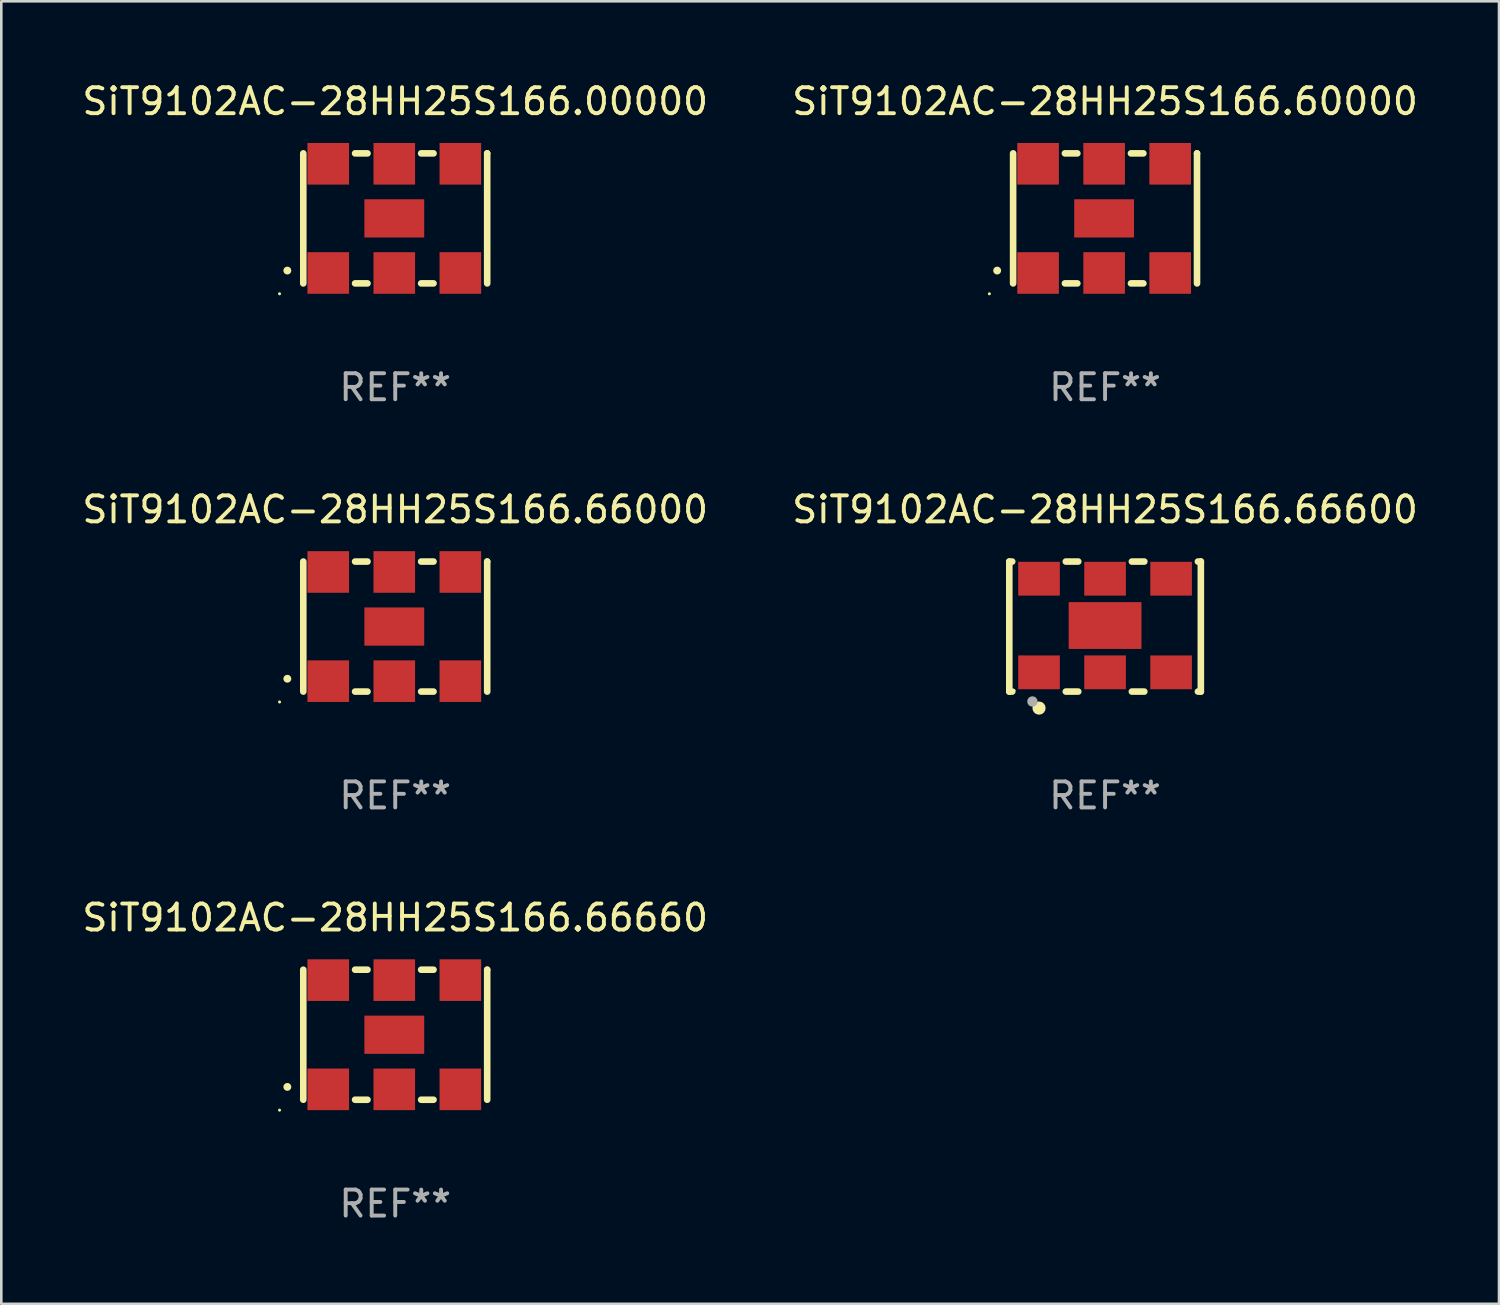
<source format=kicad_pcb>
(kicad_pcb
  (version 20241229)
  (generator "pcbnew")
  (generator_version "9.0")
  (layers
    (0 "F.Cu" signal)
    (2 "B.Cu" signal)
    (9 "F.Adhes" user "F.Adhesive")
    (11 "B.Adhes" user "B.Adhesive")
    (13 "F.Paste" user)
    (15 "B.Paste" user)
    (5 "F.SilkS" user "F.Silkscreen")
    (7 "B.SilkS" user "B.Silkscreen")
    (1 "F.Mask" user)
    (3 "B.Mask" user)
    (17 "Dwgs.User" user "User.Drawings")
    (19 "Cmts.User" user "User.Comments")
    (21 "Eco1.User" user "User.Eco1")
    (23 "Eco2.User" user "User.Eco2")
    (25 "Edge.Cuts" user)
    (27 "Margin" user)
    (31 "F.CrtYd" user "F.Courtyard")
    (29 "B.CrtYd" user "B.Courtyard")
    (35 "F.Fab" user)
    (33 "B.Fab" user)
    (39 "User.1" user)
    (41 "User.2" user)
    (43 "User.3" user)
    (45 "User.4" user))
  (footprint "SiT9102AC-28HH25S166.66600"
    (layer "F.Cu")
    (at 39.446 21.045)
    (property "Reference" "SiT9102AC-28HH25S166.66600" (at 0 -4.5 0) (layer "F.SilkS") (effects (font (size 1 1) (thickness 0.15))))
    (attr through_hole)
    (fp_line (start -3.683 -2.5) (end -3.571 -2.5) (stroke (width 0.254) (type solid)) (layer "F.SilkS"))
    (fp_line (start -3.683 2.5) (end -3.683 -2.5) (stroke (width 0.254) (type solid)) (layer "F.SilkS"))
    (fp_line (start -3.683 2.5) (end -3.571 2.5) (stroke (width 0.254) (type solid)) (layer "F.SilkS"))
    (fp_line (start -1.509 -2.5) (end -1.031 -2.5) (stroke (width 0.254) (type solid)) (layer "F.SilkS"))
    (fp_line (start -1.509 2.5) (end -1.031 2.5) (stroke (width 0.254) (type solid)) (layer "F.SilkS"))
    (fp_line (start 1.031 -2.5) (end 1.509 -2.5) (stroke (width 0.254) (type solid)) (layer "F.SilkS"))
    (fp_line (start 1.031 2.5) (end 1.509 2.5) (stroke (width 0.254) (type solid)) (layer "F.SilkS"))
    (fp_line (start 3.571 -2.5) (end 3.683 -2.5) (stroke (width 0.254) (type solid)) (layer "F.SilkS"))
    (fp_line (start 3.571 2.5) (end 3.683 2.5) (stroke (width 0.254) (type solid)) (layer "F.SilkS"))
    (fp_line (start 3.683 2.5) (end 3.683 -2.5) (stroke (width 0.254) (type solid)) (layer "F.SilkS"))
    (fp_circle (center -3.5 2.46) (end -3.47 2.46) (stroke (width 0.06) (type solid)) (fill no) (layer "F.SilkS"))
    (fp_circle (center -2.54 3.135) (end -2.413 3.135) (stroke (width 0.254) (type solid)) (fill no) (layer "F.SilkS"))
    (fp_circle (center -2.794 2.881) (end -2.694 2.881) (stroke (width 0.2) (type solid)) (fill no) (layer "F.Fab"))
    (fp_text user "REF**" (at 0 6.5 0) (layer "F.Fab") (effects (font (size 1 1) (thickness 0.15))))
    (pad "1" smd rect (at -2.54 1.76) (size 1.6 1.3) (layers "F.Cu" "F.Mask" "F.Paste"))
    (pad "2" smd rect (at 0 1.76) (size 1.6 1.3) (layers "F.Cu" "F.Mask" "F.Paste"))
    (pad "3" smd rect (at 2.54 1.76) (size 1.6 1.3) (layers "F.Cu" "F.Mask" "F.Paste"))
    (pad "4" smd rect (at 2.54 -1.84) (size 1.6 1.3) (layers "F.Cu" "F.Mask" "F.Paste"))
    (pad "5" smd rect (at 0 -1.84) (size 1.6 1.3) (layers "F.Cu" "F.Mask" "F.Paste"))
    (pad "6" smd rect (at -2.54 -1.84) (size 1.6 1.3) (layers "F.Cu" "F.Mask" "F.Paste"))
    (pad "7" smd rect (at 0 -0.04) (size 2.8 1.8) (layers "F.Cu" "F.Mask" "F.Paste")))
  (footprint "SiT9102AC-28HH25S166.66000"
    (layer "F.Cu")
    (at 12.149 21.045)
    (property "Reference" "SiT9102AC-28HH25S166.66000" (at 0 -4.5 0) (layer "F.SilkS") (effects (font (size 1 1) (thickness 0.15))))
    (attr through_hole)
    (fp_line (start -3.536 -2.5) (end -3.536 2.5) (stroke (width 0.254) (type solid)) (layer "F.SilkS"))
    (fp_line (start -1.544 2.5) (end -1.067 2.5) (stroke (width 0.254) (type solid)) (layer "F.SilkS"))
    (fp_line (start -1.067 -2.5) (end -1.544 -2.5) (stroke (width 0.254) (type solid)) (layer "F.SilkS"))
    (fp_line (start 0.996 2.5) (end 1.473 2.5) (stroke (width 0.254) (type solid)) (layer "F.SilkS"))
    (fp_line (start 1.473 -2.5) (end 0.996 -2.5) (stroke (width 0.254) (type solid)) (layer "F.SilkS"))
    (fp_line (start 3.536 -2.5) (end 3.536 -2.5) (stroke (width 0.254) (type solid)) (layer "F.SilkS"))
    (fp_line (start 3.536 2.5) (end 3.536 -2.5) (stroke (width 0.254) (type solid)) (layer "F.SilkS"))
    (fp_arc (start -4.150432 2.006604) (mid -4.149162 2.006599) (end -4.147892 2.006604) (stroke (width 0.3) (type solid)) (layer "F.SilkS"))
    (fp_circle (center -4.449 2.9) (end -4.419 2.9) (stroke (width 0.06) (type solid)) (fill no) (layer "F.SilkS"))
    (fp_text user "REF**" (at 0 6.5 0) (layer "F.Fab") (effects (font (size 1 1) (thickness 0.15))))
    (pad "1" smd rect (at -2.576 2.1) (size 1.6 1.6) (layers "F.Cu" "F.Mask" "F.Paste"))
    (pad "2" smd rect (at -0.036 2.1) (size 1.6 1.6) (layers "F.Cu" "F.Mask" "F.Paste"))
    (pad "3" smd rect (at 2.504 2.1) (size 1.6 1.6) (layers "F.Cu" "F.Mask" "F.Paste"))
    (pad "4" smd rect (at 2.504 -2.1) (size 1.6 1.6) (layers "F.Cu" "F.Mask" "F.Paste"))
    (pad "5" smd rect (at -0.036 -2.1) (size 1.6 1.6) (layers "F.Cu" "F.Mask" "F.Paste"))
    (pad "6" smd rect (at -2.576 -2.1) (size 1.6 1.6) (layers "F.Cu" "F.Mask" "F.Paste"))
    (pad "7" smd rect (at -0.036 0) (size 2.3 1.47) (layers "F.Cu" "F.Mask" "F.Paste")))
  (footprint "SiT9102AC-28HH25S166.00000"
    (layer "F.Cu")
    (at 12.149 5.348)
    (property "Reference" "SiT9102AC-28HH25S166.00000" (at 0 -4.5 0) (layer "F.SilkS") (effects (font (size 1 1) (thickness 0.15))))
    (attr through_hole)
    (fp_line (start -3.536 -2.5) (end -3.536 2.5) (stroke (width 0.254) (type solid)) (layer "F.SilkS"))
    (fp_line (start -1.544 2.5) (end -1.067 2.5) (stroke (width 0.254) (type solid)) (layer "F.SilkS"))
    (fp_line (start -1.067 -2.5) (end -1.544 -2.5) (stroke (width 0.254) (type solid)) (layer "F.SilkS"))
    (fp_line (start 0.996 2.5) (end 1.473 2.5) (stroke (width 0.254) (type solid)) (layer "F.SilkS"))
    (fp_line (start 1.473 -2.5) (end 0.996 -2.5) (stroke (width 0.254) (type solid)) (layer "F.SilkS"))
    (fp_line (start 3.536 -2.5) (end 3.536 -2.5) (stroke (width 0.254) (type solid)) (layer "F.SilkS"))
    (fp_line (start 3.536 2.5) (end 3.536 -2.5) (stroke (width 0.254) (type solid)) (layer "F.SilkS"))
    (fp_arc (start -4.150432 2.006604) (mid -4.149162 2.006599) (end -4.147892 2.006604) (stroke (width 0.3) (type solid)) (layer "F.SilkS"))
    (fp_circle (center -4.449 2.9) (end -4.419 2.9) (stroke (width 0.06) (type solid)) (fill no) (layer "F.SilkS"))
    (fp_text user "REF**" (at 0 6.5 0) (layer "F.Fab") (effects (font (size 1 1) (thickness 0.15))))
    (pad "1" smd rect (at -2.576 2.1) (size 1.6 1.6) (layers "F.Cu" "F.Mask" "F.Paste"))
    (pad "2" smd rect (at -0.036 2.1) (size 1.6 1.6) (layers "F.Cu" "F.Mask" "F.Paste"))
    (pad "3" smd rect (at 2.504 2.1) (size 1.6 1.6) (layers "F.Cu" "F.Mask" "F.Paste"))
    (pad "4" smd rect (at 2.504 -2.1) (size 1.6 1.6) (layers "F.Cu" "F.Mask" "F.Paste"))
    (pad "5" smd rect (at -0.036 -2.1) (size 1.6 1.6) (layers "F.Cu" "F.Mask" "F.Paste"))
    (pad "6" smd rect (at -2.576 -2.1) (size 1.6 1.6) (layers "F.Cu" "F.Mask" "F.Paste"))
    (pad "7" smd rect (at -0.036 0) (size 2.3 1.47) (layers "F.Cu" "F.Mask" "F.Paste")))
  (footprint "SiT9102AC-28HH25S166.66660"
    (layer "F.Cu")
    (at 12.149 36.741)
    (property "Reference" "SiT9102AC-28HH25S166.66660" (at 0 -4.5 0) (layer "F.SilkS") (effects (font (size 1 1) (thickness 0.15))))
    (attr through_hole)
    (fp_line (start -3.536 -2.5) (end -3.536 2.5) (stroke (width 0.254) (type solid)) (layer "F.SilkS"))
    (fp_line (start -1.544 2.5) (end -1.067 2.5) (stroke (width 0.254) (type solid)) (layer "F.SilkS"))
    (fp_line (start -1.067 -2.5) (end -1.544 -2.5) (stroke (width 0.254) (type solid)) (layer "F.SilkS"))
    (fp_line (start 0.996 2.5) (end 1.473 2.5) (stroke (width 0.254) (type solid)) (layer "F.SilkS"))
    (fp_line (start 1.473 -2.5) (end 0.996 -2.5) (stroke (width 0.254) (type solid)) (layer "F.SilkS"))
    (fp_line (start 3.536 -2.5) (end 3.536 -2.5) (stroke (width 0.254) (type solid)) (layer "F.SilkS"))
    (fp_line (start 3.536 2.5) (end 3.536 -2.5) (stroke (width 0.254) (type solid)) (layer "F.SilkS"))
    (fp_arc (start -4.150432 2.006604) (mid -4.149162 2.006599) (end -4.147892 2.006604) (stroke (width 0.3) (type solid)) (layer "F.SilkS"))
    (fp_circle (center -4.449 2.9) (end -4.419 2.9) (stroke (width 0.06) (type solid)) (fill no) (layer "F.SilkS"))
    (fp_text user "REF**" (at 0 6.5 0) (layer "F.Fab") (effects (font (size 1 1) (thickness 0.15))))
    (pad "1" smd rect (at -2.576 2.1) (size 1.6 1.6) (layers "F.Cu" "F.Mask" "F.Paste"))
    (pad "2" smd rect (at -0.036 2.1) (size 1.6 1.6) (layers "F.Cu" "F.Mask" "F.Paste"))
    (pad "3" smd rect (at 2.504 2.1) (size 1.6 1.6) (layers "F.Cu" "F.Mask" "F.Paste"))
    (pad "4" smd rect (at 2.504 -2.1) (size 1.6 1.6) (layers "F.Cu" "F.Mask" "F.Paste"))
    (pad "5" smd rect (at -0.036 -2.1) (size 1.6 1.6) (layers "F.Cu" "F.Mask" "F.Paste"))
    (pad "6" smd rect (at -2.576 -2.1) (size 1.6 1.6) (layers "F.Cu" "F.Mask" "F.Paste"))
    (pad "7" smd rect (at -0.036 0) (size 2.3 1.47) (layers "F.Cu" "F.Mask" "F.Paste")))
  (footprint "SiT9102AC-28HH25S166.60000"
    (layer "F.Cu")
    (at 39.446 5.348)
    (property "Reference" "SiT9102AC-28HH25S166.60000" (at 0 -4.5 0) (layer "F.SilkS") (effects (font (size 1 1) (thickness 0.15))))
    (attr through_hole)
    (fp_line (start -3.536 -2.5) (end -3.536 2.5) (stroke (width 0.254) (type solid)) (layer "F.SilkS"))
    (fp_line (start -1.544 2.5) (end -1.067 2.5) (stroke (width 0.254) (type solid)) (layer "F.SilkS"))
    (fp_line (start -1.067 -2.5) (end -1.544 -2.5) (stroke (width 0.254) (type solid)) (layer "F.SilkS"))
    (fp_line (start 0.996 2.5) (end 1.473 2.5) (stroke (width 0.254) (type solid)) (layer "F.SilkS"))
    (fp_line (start 1.473 -2.5) (end 0.996 -2.5) (stroke (width 0.254) (type solid)) (layer "F.SilkS"))
    (fp_line (start 3.536 -2.5) (end 3.536 -2.5) (stroke (width 0.254) (type solid)) (layer "F.SilkS"))
    (fp_line (start 3.536 2.5) (end 3.536 -2.5) (stroke (width 0.254) (type solid)) (layer "F.SilkS"))
    (fp_arc (start -4.150432 2.006604) (mid -4.149162 2.006599) (end -4.147892 2.006604) (stroke (width 0.3) (type solid)) (layer "F.SilkS"))
    (fp_circle (center -4.449 2.9) (end -4.419 2.9) (stroke (width 0.06) (type solid)) (fill no) (layer "F.SilkS"))
    (fp_text user "REF**" (at 0 6.5 0) (layer "F.Fab") (effects (font (size 1 1) (thickness 0.15))))
    (pad "1" smd rect (at -2.576 2.1) (size 1.6 1.6) (layers "F.Cu" "F.Mask" "F.Paste"))
    (pad "2" smd rect (at -0.036 2.1) (size 1.6 1.6) (layers "F.Cu" "F.Mask" "F.Paste"))
    (pad "3" smd rect (at 2.504 2.1) (size 1.6 1.6) (layers "F.Cu" "F.Mask" "F.Paste"))
    (pad "4" smd rect (at 2.504 -2.1) (size 1.6 1.6) (layers "F.Cu" "F.Mask" "F.Paste"))
    (pad "5" smd rect (at -0.036 -2.1) (size 1.6 1.6) (layers "F.Cu" "F.Mask" "F.Paste"))
    (pad "6" smd rect (at -2.576 -2.1) (size 1.6 1.6) (layers "F.Cu" "F.Mask" "F.Paste"))
    (pad "7" smd rect (at -0.036 0) (size 2.3 1.47) (layers "F.Cu" "F.Mask" "F.Paste")))
  (gr_rect
    (start -3 -3)
    (end 54.595 47.09)
    (stroke (width 0.1) (type default))
    (fill no)
    (layer "Edge.Cuts")))
</source>
